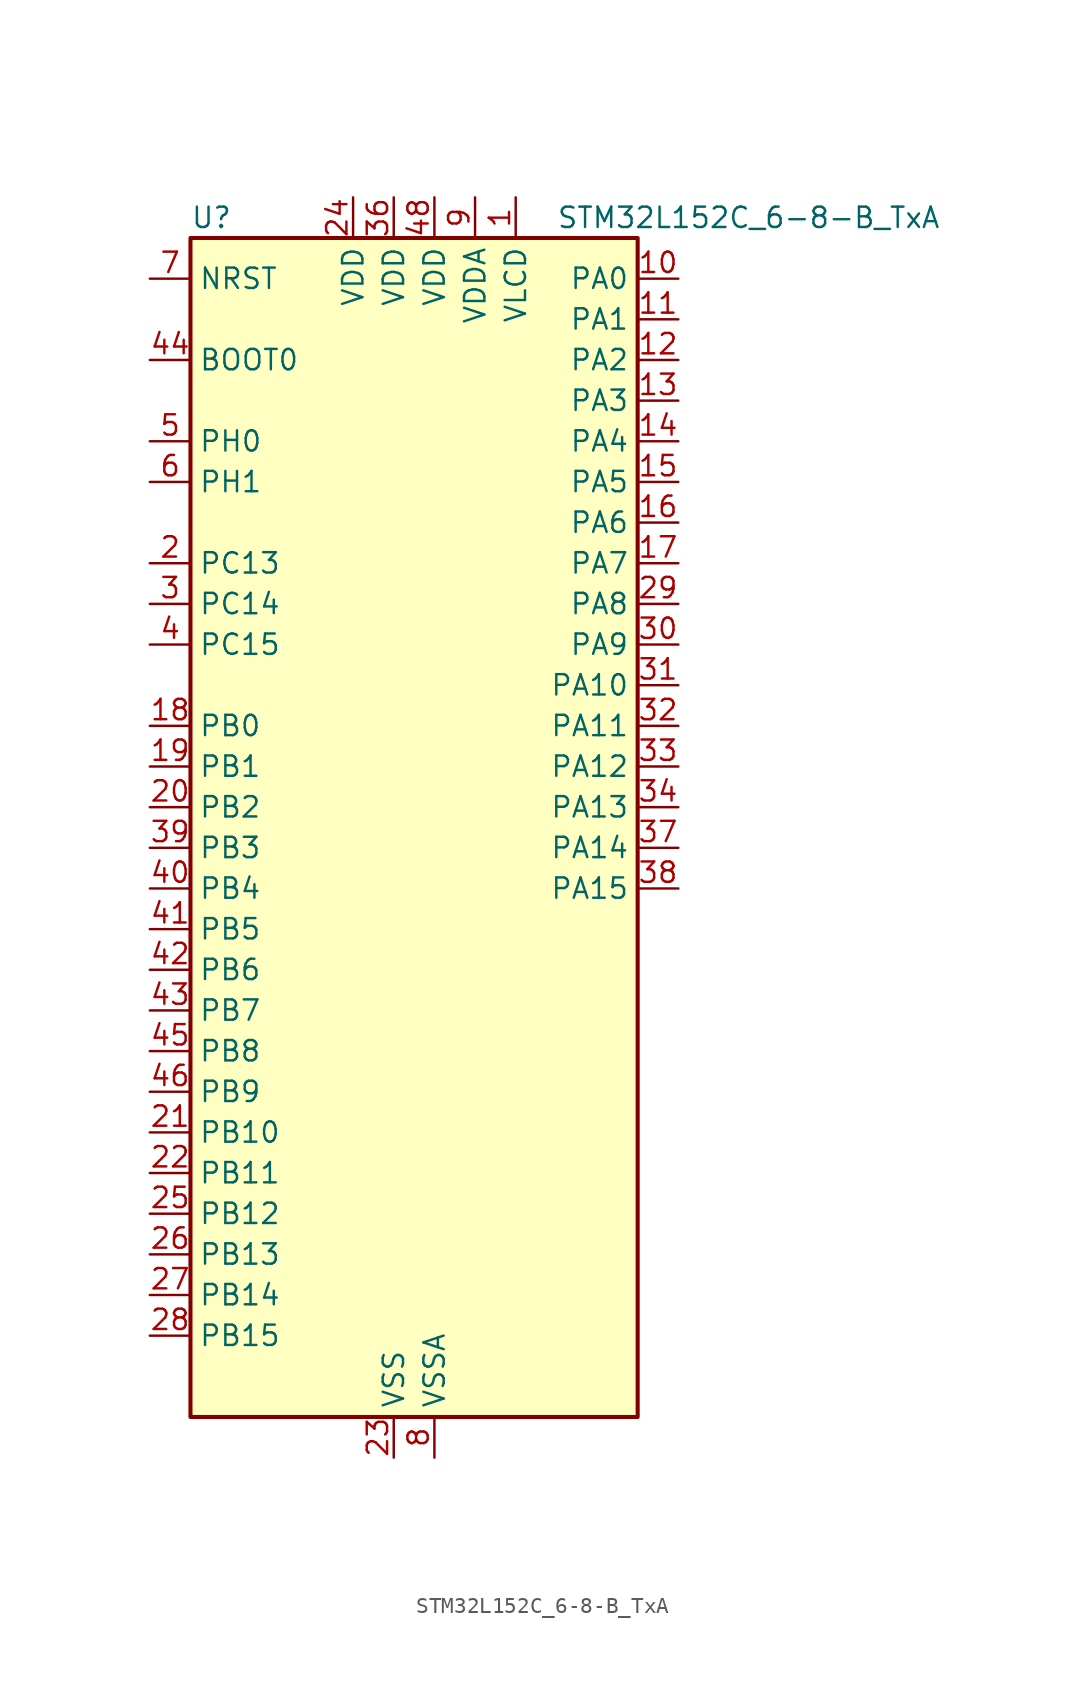
<source format=kicad_sym>
(kicad_symbol_lib
  (version 20231120)
  (generator "kicad-library-utils")
  (generator_version "8.0")
  (symbol "STM32L152C_6-8-B_TxA"
    (property "Reference" "U"
      (at -12.7 39.37 0)
      (effects (font (size 1.27 1.27)) (justify left)))
    (property "Value" "STM32L152C_6-8-B_TxA"
      (at 10.16 39.37 0)
      (effects (font (size 1.27 1.27)) (justify left)))
    (symbol "STM32L152C_6-8-B_TxA_0_1"
      (rectangle (start -12.7 -35.56) (end 15.24 38.1) (stroke (width 0.254) (type default)) (fill (type background))))
    (symbol "STM32L152C_6-8-B_TxA_1_1"
      (pin power_in line (at 7.62 40.64 270) (length 2.54) (name "VLCD" (effects (font (size 1.27 1.27)))) (number "1" (effects (font (size 1.27 1.27)))))
      (pin bidirectional line (at 17.78 35.56 180) (length 2.54) (name "PA0" (effects (font (size 1.27 1.27)))) (number "10" (effects (font (size 1.27 1.27)))) (alternate "ADC_IN0" bidirectional line) (alternate "COMP1_INP" bidirectional line) (alternate "RTC_TAMP2" bidirectional line) (alternate "SYS_WKUP1" bidirectional line) (alternate "TIM2_CH1" bidirectional line) (alternate "TIM2_ETR" bidirectional line) (alternate "TIMX_IC1" bidirectional line) (alternate "TS_G1_IO1" bidirectional line) (alternate "USART2_CTS" bidirectional line))
      (pin bidirectional line (at 17.78 33.02 180) (length 2.54) (name "PA1" (effects (font (size 1.27 1.27)))) (number "11" (effects (font (size 1.27 1.27)))) (alternate "ADC_IN1" bidirectional line) (alternate "COMP1_INP" bidirectional line) (alternate "LCD_SEG0" bidirectional line) (alternate "TIM2_CH2" bidirectional line) (alternate "TIMX_IC2" bidirectional line) (alternate "TS_G1_IO2" bidirectional line) (alternate "USART2_RTS" bidirectional line))
      (pin bidirectional line (at 17.78 30.48 180) (length 2.54) (name "PA2" (effects (font (size 1.27 1.27)))) (number "12" (effects (font (size 1.27 1.27)))) (alternate "ADC_IN2" bidirectional line) (alternate "COMP1_INP" bidirectional line) (alternate "LCD_SEG1" bidirectional line) (alternate "TIM2_CH3" bidirectional line) (alternate "TIM9_CH1" bidirectional line) (alternate "TIMX_IC3" bidirectional line) (alternate "TS_G1_IO3" bidirectional line) (alternate "USART2_TX" bidirectional line))
      (pin bidirectional line (at 17.78 27.94 180) (length 2.54) (name "PA3" (effects (font (size 1.27 1.27)))) (number "13" (effects (font (size 1.27 1.27)))) (alternate "ADC_IN3" bidirectional line) (alternate "COMP1_INP" bidirectional line) (alternate "LCD_SEG2" bidirectional line) (alternate "TIM2_CH4" bidirectional line) (alternate "TIM9_CH2" bidirectional line) (alternate "TIMX_IC4" bidirectional line) (alternate "TS_G1_IO4" bidirectional line) (alternate "USART2_RX" bidirectional line))
      (pin bidirectional line (at 17.78 25.4 180) (length 2.54) (name "PA4" (effects (font (size 1.27 1.27)))) (number "14" (effects (font (size 1.27 1.27)))) (alternate "ADC_IN4" bidirectional line) (alternate "COMP1_INP" bidirectional line) (alternate "DAC_OUT1" bidirectional line) (alternate "SPI1_NSS" bidirectional line) (alternate "TIMX_IC1" bidirectional line) (alternate "USART2_CK" bidirectional line))
      (pin bidirectional line (at 17.78 22.86 180) (length 2.54) (name "PA5" (effects (font (size 1.27 1.27)))) (number "15" (effects (font (size 1.27 1.27)))) (alternate "ADC_IN5" bidirectional line) (alternate "COMP1_INP" bidirectional line) (alternate "DAC_OUT2" bidirectional line) (alternate "SPI1_SCK" bidirectional line) (alternate "TIM2_CH1" bidirectional line) (alternate "TIM2_ETR" bidirectional line) (alternate "TIMX_IC2" bidirectional line))
      (pin bidirectional line (at 17.78 20.32 180) (length 2.54) (name "PA6" (effects (font (size 1.27 1.27)))) (number "16" (effects (font (size 1.27 1.27)))) (alternate "ADC_IN6" bidirectional line) (alternate "COMP1_INP" bidirectional line) (alternate "LCD_SEG3" bidirectional line) (alternate "SPI1_MISO" bidirectional line) (alternate "TIM10_CH1" bidirectional line) (alternate "TIM3_CH1" bidirectional line) (alternate "TIMX_IC3" bidirectional line) (alternate "TS_G2_IO1" bidirectional line))
      (pin bidirectional line (at 17.78 17.78 180) (length 2.54) (name "PA7" (effects (font (size 1.27 1.27)))) (number "17" (effects (font (size 1.27 1.27)))) (alternate "ADC_IN7" bidirectional line) (alternate "COMP1_INP" bidirectional line) (alternate "LCD_SEG4" bidirectional line) (alternate "SPI1_MOSI" bidirectional line) (alternate "TIM11_CH1" bidirectional line) (alternate "TIM3_CH2" bidirectional line) (alternate "TIMX_IC4" bidirectional line) (alternate "TS_G2_IO2" bidirectional line))
      (pin bidirectional line (at -15.24 7.62 0) (length 2.54) (name "PB0" (effects (font (size 1.27 1.27)))) (number "18" (effects (font (size 1.27 1.27)))) (alternate "ADC_IN8" bidirectional line) (alternate "COMP1_INP" bidirectional line) (alternate "LCD_SEG5" bidirectional line) (alternate "SYS_V_REF_OUT" bidirectional line) (alternate "TIM3_CH3" bidirectional line) (alternate "TS_G3_IO1" bidirectional line))
      (pin bidirectional line (at -15.24 5.08 0) (length 2.54) (name "PB1" (effects (font (size 1.27 1.27)))) (number "19" (effects (font (size 1.27 1.27)))) (alternate "ADC_IN9" bidirectional line) (alternate "COMP1_INP" bidirectional line) (alternate "LCD_SEG6" bidirectional line) (alternate "SYS_V_REF_OUT" bidirectional line) (alternate "TIM3_CH4" bidirectional line) (alternate "TS_G3_IO2" bidirectional line))
      (pin bidirectional line (at -15.24 17.78 0) (length 2.54) (name "PC13" (effects (font (size 1.27 1.27)))) (number "2" (effects (font (size 1.27 1.27)))) (alternate "RTC_OUT_ALARM" bidirectional line) (alternate "RTC_OUT_CALIB" bidirectional line) (alternate "RTC_TAMP1" bidirectional line) (alternate "RTC_TS" bidirectional line) (alternate "SYS_WKUP2" bidirectional line) (alternate "TIMX_IC2" bidirectional line))
      (pin bidirectional line (at -15.24 2.54 0) (length 2.54) (name "PB2" (effects (font (size 1.27 1.27)))) (number "20" (effects (font (size 1.27 1.27)))) (alternate "TS_G3_IO3" bidirectional line))
      (pin bidirectional line (at -15.24 -17.78 0) (length 2.54) (name "PB10" (effects (font (size 1.27 1.27)))) (number "21" (effects (font (size 1.27 1.27)))) (alternate "I2C2_SCL" bidirectional line) (alternate "LCD_SEG10" bidirectional line) (alternate "TIM2_CH3" bidirectional line) (alternate "USART3_TX" bidirectional line))
      (pin bidirectional line (at -15.24 -20.32 0) (length 2.54) (name "PB11" (effects (font (size 1.27 1.27)))) (number "22" (effects (font (size 1.27 1.27)))) (alternate "ADC_EXTI11" bidirectional line) (alternate "I2C2_SDA" bidirectional line) (alternate "LCD_SEG11" bidirectional line) (alternate "TIM2_CH4" bidirectional line) (alternate "USART3_RX" bidirectional line))
      (pin power_in line (at 0 -38.1 90) (length 2.54) (name "VSS" (effects (font (size 1.27 1.27)))) (number "23" (effects (font (size 1.27 1.27)))))
      (pin power_in line (at -2.54 40.64 270) (length 2.54) (name "VDD" (effects (font (size 1.27 1.27)))) (number "24" (effects (font (size 1.27 1.27)))))
      (pin bidirectional line (at -15.24 -22.86 0) (length 2.54) (name "PB12" (effects (font (size 1.27 1.27)))) (number "25" (effects (font (size 1.27 1.27)))) (alternate "ADC_IN18" bidirectional line) (alternate "COMP1_INP" bidirectional line) (alternate "I2C2_SMBA" bidirectional line) (alternate "LCD_SEG12" bidirectional line) (alternate "SPI2_NSS" bidirectional line) (alternate "TIM10_CH1" bidirectional line) (alternate "TS_G7_IO1" bidirectional line) (alternate "USART3_CK" bidirectional line))
      (pin bidirectional line (at -15.24 -25.4 0) (length 2.54) (name "PB13" (effects (font (size 1.27 1.27)))) (number "26" (effects (font (size 1.27 1.27)))) (alternate "ADC_IN19" bidirectional line) (alternate "COMP1_INP" bidirectional line) (alternate "LCD_SEG13" bidirectional line) (alternate "SPI2_SCK" bidirectional line) (alternate "TIM9_CH1" bidirectional line) (alternate "TS_G7_IO2" bidirectional line) (alternate "USART3_CTS" bidirectional line))
      (pin bidirectional line (at -15.24 -27.94 0) (length 2.54) (name "PB14" (effects (font (size 1.27 1.27)))) (number "27" (effects (font (size 1.27 1.27)))) (alternate "ADC_IN20" bidirectional line) (alternate "COMP1_INP" bidirectional line) (alternate "LCD_SEG14" bidirectional line) (alternate "SPI2_MISO" bidirectional line) (alternate "TIM9_CH2" bidirectional line) (alternate "TS_G7_IO3" bidirectional line) (alternate "USART3_RTS" bidirectional line))
      (pin bidirectional line (at -15.24 -30.48 0) (length 2.54) (name "PB15" (effects (font (size 1.27 1.27)))) (number "28" (effects (font (size 1.27 1.27)))) (alternate "ADC_EXTI15" bidirectional line) (alternate "ADC_IN21" bidirectional line) (alternate "COMP1_INP" bidirectional line) (alternate "LCD_SEG15" bidirectional line) (alternate "RTC_REFIN" bidirectional line) (alternate "SPI2_MOSI" bidirectional line) (alternate "TIM11_CH1" bidirectional line) (alternate "TS_G7_IO4" bidirectional line))
      (pin bidirectional line (at 17.78 15.24 180) (length 2.54) (name "PA8" (effects (font (size 1.27 1.27)))) (number "29" (effects (font (size 1.27 1.27)))) (alternate "LCD_COM0" bidirectional line) (alternate "RCC_MCO" bidirectional line) (alternate "TIMX_IC1" bidirectional line) (alternate "TS_G4_IO1" bidirectional line) (alternate "USART1_CK" bidirectional line))
      (pin bidirectional line (at -15.24 15.24 0) (length 2.54) (name "PC14" (effects (font (size 1.27 1.27)))) (number "3" (effects (font (size 1.27 1.27)))) (alternate "RCC_OSC32_IN" bidirectional line) (alternate "TIMX_IC3" bidirectional line))
      (pin bidirectional line (at 17.78 12.7 180) (length 2.54) (name "PA9" (effects (font (size 1.27 1.27)))) (number "30" (effects (font (size 1.27 1.27)))) (alternate "DAC_EXTI9" bidirectional line) (alternate "LCD_COM1" bidirectional line) (alternate "TIMX_IC2" bidirectional line) (alternate "TS_G4_IO2" bidirectional line) (alternate "USART1_TX" bidirectional line))
      (pin bidirectional line (at 17.78 10.16 180) (length 2.54) (name "PA10" (effects (font (size 1.27 1.27)))) (number "31" (effects (font (size 1.27 1.27)))) (alternate "LCD_COM2" bidirectional line) (alternate "TIMX_IC3" bidirectional line) (alternate "TS_G4_IO3" bidirectional line) (alternate "USART1_RX" bidirectional line))
      (pin bidirectional line (at 17.78 7.62 180) (length 2.54) (name "PA11" (effects (font (size 1.27 1.27)))) (number "32" (effects (font (size 1.27 1.27)))) (alternate "ADC_EXTI11" bidirectional line) (alternate "SPI1_MISO" bidirectional line) (alternate "TIMX_IC4" bidirectional line) (alternate "USART1_CTS" bidirectional line) (alternate "USB_DM" bidirectional line))
      (pin bidirectional line (at 17.78 5.08 180) (length 2.54) (name "PA12" (effects (font (size 1.27 1.27)))) (number "33" (effects (font (size 1.27 1.27)))) (alternate "SPI1_MOSI" bidirectional line) (alternate "TIMX_IC1" bidirectional line) (alternate "USART1_RTS" bidirectional line) (alternate "USB_DP" bidirectional line))
      (pin bidirectional line (at 17.78 2.54 180) (length 2.54) (name "PA13" (effects (font (size 1.27 1.27)))) (number "34" (effects (font (size 1.27 1.27)))) (alternate "SYS_JTMS-SWDIO" bidirectional line) (alternate "TIMX_IC2" bidirectional line) (alternate "TS_G5_IO1" bidirectional line))
      (pin passive line (at 0 -38.1 90) (length 2.54) hide (name "VSS" (effects (font (size 1.27 1.27)))) (number "35" (effects (font (size 1.27 1.27)))))
      (pin power_in line (at 0 40.64 270) (length 2.54) (name "VDD" (effects (font (size 1.27 1.27)))) (number "36" (effects (font (size 1.27 1.27)))))
      (pin bidirectional line (at 17.78 0 180) (length 2.54) (name "PA14" (effects (font (size 1.27 1.27)))) (number "37" (effects (font (size 1.27 1.27)))) (alternate "SYS_JTCK-SWCLK" bidirectional line) (alternate "TIMX_IC3" bidirectional line) (alternate "TS_G5_IO2" bidirectional line))
      (pin bidirectional line (at 17.78 -2.54 180) (length 2.54) (name "PA15" (effects (font (size 1.27 1.27)))) (number "38" (effects (font (size 1.27 1.27)))) (alternate "ADC_EXTI15" bidirectional line) (alternate "LCD_SEG17" bidirectional line) (alternate "SPI1_NSS" bidirectional line) (alternate "SYS_JTDI" bidirectional line) (alternate "TIM2_CH1" bidirectional line) (alternate "TIM2_ETR" bidirectional line) (alternate "TIMX_IC4" bidirectional line) (alternate "TS_G5_IO3" bidirectional line))
      (pin bidirectional line (at -15.24 0 0) (length 2.54) (name "PB3" (effects (font (size 1.27 1.27)))) (number "39" (effects (font (size 1.27 1.27)))) (alternate "COMP2_INM" bidirectional line) (alternate "LCD_SEG7" bidirectional line) (alternate "SPI1_SCK" bidirectional line) (alternate "SYS_JTDO-TRACESWO" bidirectional line) (alternate "TIM2_CH2" bidirectional line))
      (pin bidirectional line (at -15.24 12.7 0) (length 2.54) (name "PC15" (effects (font (size 1.27 1.27)))) (number "4" (effects (font (size 1.27 1.27)))) (alternate "ADC_EXTI15" bidirectional line) (alternate "RCC_OSC32_OUT" bidirectional line) (alternate "TIMX_IC4" bidirectional line))
      (pin bidirectional line (at -15.24 -2.54 0) (length 2.54) (name "PB4" (effects (font (size 1.27 1.27)))) (number "40" (effects (font (size 1.27 1.27)))) (alternate "COMP2_INP" bidirectional line) (alternate "LCD_SEG8" bidirectional line) (alternate "SPI1_MISO" bidirectional line) (alternate "SYS_JTRST" bidirectional line) (alternate "TIM3_CH1" bidirectional line) (alternate "TS_G6_IO1" bidirectional line))
      (pin bidirectional line (at -15.24 -5.08 0) (length 2.54) (name "PB5" (effects (font (size 1.27 1.27)))) (number "41" (effects (font (size 1.27 1.27)))) (alternate "COMP2_INP" bidirectional line) (alternate "I2C1_SMBA" bidirectional line) (alternate "LCD_SEG9" bidirectional line) (alternate "SPI1_MOSI" bidirectional line) (alternate "TIM3_CH2" bidirectional line) (alternate "TS_G6_IO2" bidirectional line))
      (pin bidirectional line (at -15.24 -7.62 0) (length 2.54) (name "PB6" (effects (font (size 1.27 1.27)))) (number "42" (effects (font (size 1.27 1.27)))) (alternate "I2C1_SCL" bidirectional line) (alternate "TIM4_CH1" bidirectional line) (alternate "TS_G6_IO3" bidirectional line) (alternate "USART1_TX" bidirectional line))
      (pin bidirectional line (at -15.24 -10.16 0) (length 2.54) (name "PB7" (effects (font (size 1.27 1.27)))) (number "43" (effects (font (size 1.27 1.27)))) (alternate "I2C1_SDA" bidirectional line) (alternate "SYS_PVD_IN" bidirectional line) (alternate "TIM4_CH2" bidirectional line) (alternate "TS_G6_IO4" bidirectional line) (alternate "USART1_RX" bidirectional line))
      (pin input line (at -15.24 30.48 0) (length 2.54) (name "BOOT0" (effects (font (size 1.27 1.27)))) (number "44" (effects (font (size 1.27 1.27)))))
      (pin bidirectional line (at -15.24 -12.7 0) (length 2.54) (name "PB8" (effects (font (size 1.27 1.27)))) (number "45" (effects (font (size 1.27 1.27)))) (alternate "I2C1_SCL" bidirectional line) (alternate "LCD_SEG16" bidirectional line) (alternate "TIM10_CH1" bidirectional line) (alternate "TIM4_CH3" bidirectional line))
      (pin bidirectional line (at -15.24 -15.24 0) (length 2.54) (name "PB9" (effects (font (size 1.27 1.27)))) (number "46" (effects (font (size 1.27 1.27)))) (alternate "DAC_EXTI9" bidirectional line) (alternate "I2C1_SDA" bidirectional line) (alternate "LCD_COM3" bidirectional line) (alternate "TIM11_CH1" bidirectional line) (alternate "TIM4_CH4" bidirectional line))
      (pin passive line (at 0 -38.1 90) (length 2.54) hide (name "VSS" (effects (font (size 1.27 1.27)))) (number "47" (effects (font (size 1.27 1.27)))))
      (pin power_in line (at 2.54 40.64 270) (length 2.54) (name "VDD" (effects (font (size 1.27 1.27)))) (number "48" (effects (font (size 1.27 1.27)))))
      (pin bidirectional line (at -15.24 25.4 0) (length 2.54) (name "PH0" (effects (font (size 1.27 1.27)))) (number "5" (effects (font (size 1.27 1.27)))) (alternate "RCC_OSC_IN" bidirectional line))
      (pin bidirectional line (at -15.24 22.86 0) (length 2.54) (name "PH1" (effects (font (size 1.27 1.27)))) (number "6" (effects (font (size 1.27 1.27)))) (alternate "RCC_OSC_OUT" bidirectional line))
      (pin input line (at -15.24 35.56 0) (length 2.54) (name "NRST" (effects (font (size 1.27 1.27)))) (number "7" (effects (font (size 1.27 1.27)))))
      (pin power_in line (at 2.54 -38.1 90) (length 2.54) (name "VSSA" (effects (font (size 1.27 1.27)))) (number "8" (effects (font (size 1.27 1.27)))))
      (pin power_in line (at 5.08 40.64 270) (length 2.54) (name "VDDA" (effects (font (size 1.27 1.27)))) (number "9" (effects (font (size 1.27 1.27))))))))
</source>
